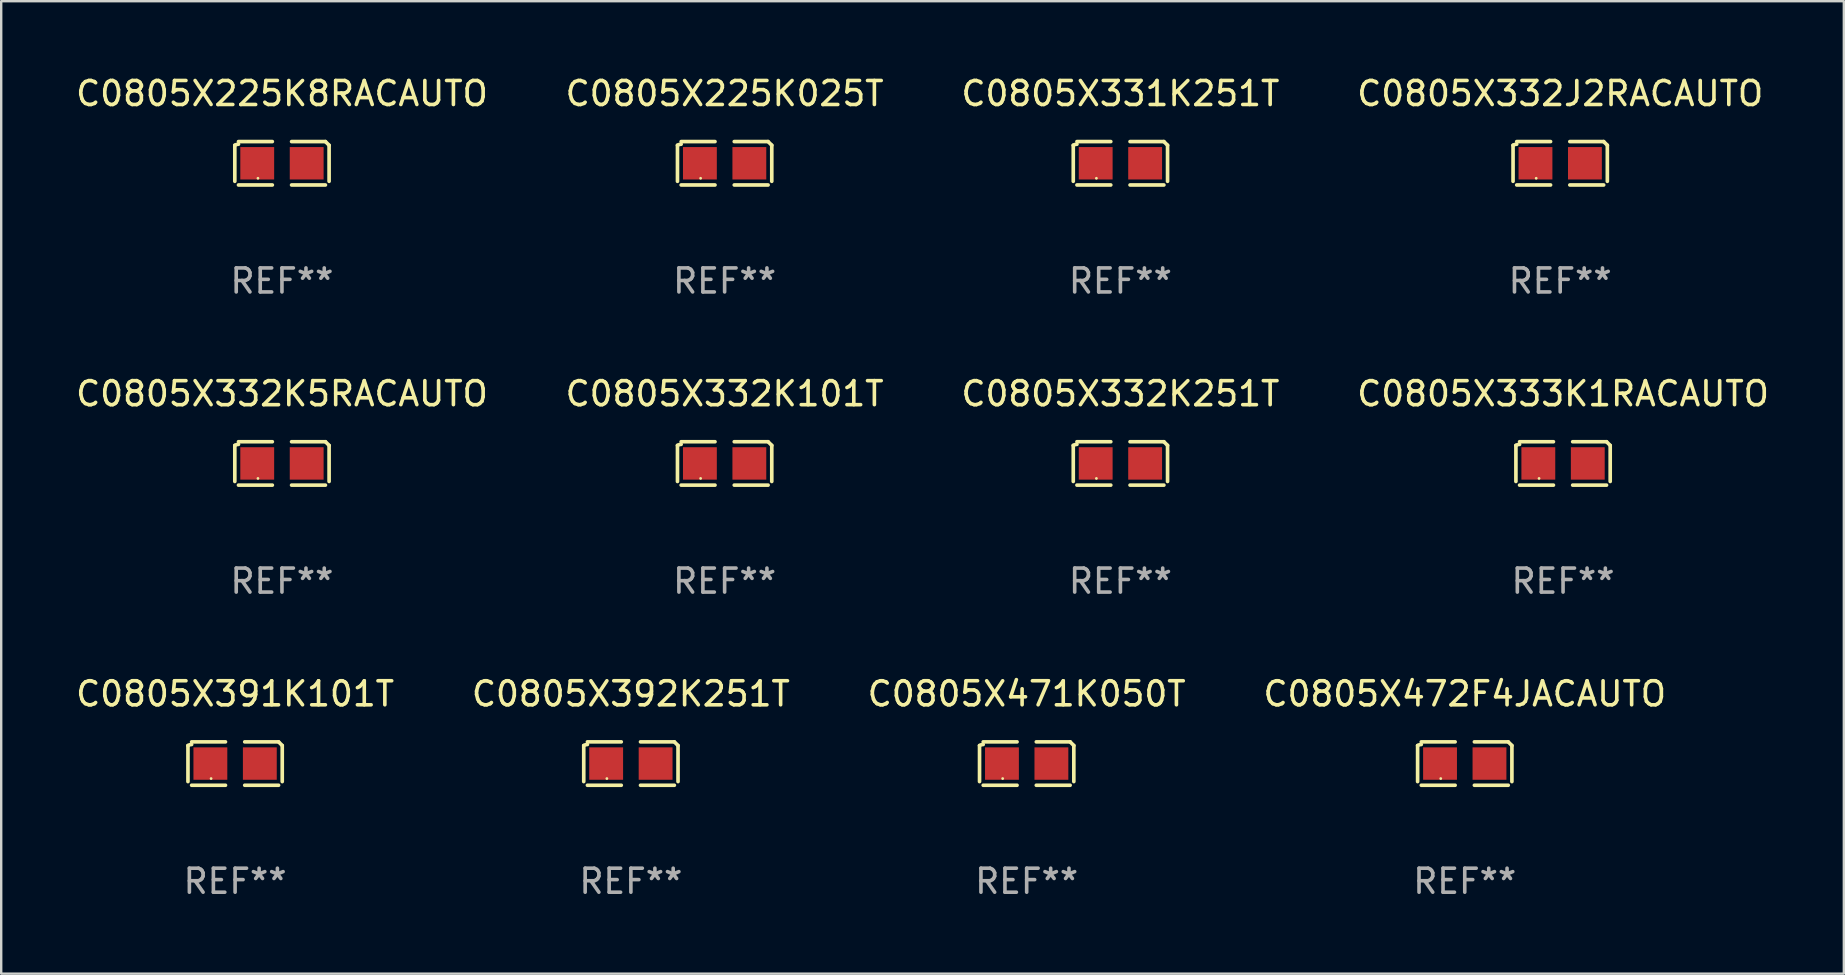
<source format=kicad_pcb>
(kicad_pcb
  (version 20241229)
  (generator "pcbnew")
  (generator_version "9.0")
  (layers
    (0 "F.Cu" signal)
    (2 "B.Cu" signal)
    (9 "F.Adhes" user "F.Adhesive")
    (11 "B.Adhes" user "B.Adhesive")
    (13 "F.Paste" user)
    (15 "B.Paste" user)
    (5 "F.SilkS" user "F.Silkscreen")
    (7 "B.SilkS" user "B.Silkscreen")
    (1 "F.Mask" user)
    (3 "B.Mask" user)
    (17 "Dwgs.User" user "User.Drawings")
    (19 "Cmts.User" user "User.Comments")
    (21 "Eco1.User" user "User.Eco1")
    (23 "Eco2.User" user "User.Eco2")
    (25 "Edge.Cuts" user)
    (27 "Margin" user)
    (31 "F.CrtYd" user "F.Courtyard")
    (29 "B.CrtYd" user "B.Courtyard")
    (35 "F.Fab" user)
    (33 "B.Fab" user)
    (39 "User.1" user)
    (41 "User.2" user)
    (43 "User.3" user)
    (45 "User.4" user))
  (footprint "C0805X392K251T"
    (layer "F.Cu")
    (at 23.232 28.759)
    (property "Reference" "C0805X392K251T" (at 0 -2.904 0) (layer "F.SilkS") (effects (font (size 1 1) (thickness 0.15))))
    (attr through_hole)
    (fp_line (start -1.964 0.751) (end -1.964 -0.751) (stroke (width 0.152) (type solid)) (layer "F.SilkS"))
    (fp_line (start -1.811 -0.904) (end -0.401 -0.904) (stroke (width 0.152) (type solid)) (layer "F.SilkS"))
    (fp_line (start -0.401 0.904) (end -1.811 0.904) (stroke (width 0.152) (type solid)) (layer "F.SilkS"))
    (fp_line (start 0.401 0.904) (end 1.811 0.904) (stroke (width 0.152) (type solid)) (layer "F.SilkS"))
    (fp_line (start 1.811 -0.904) (end 0.401 -0.904) (stroke (width 0.152) (type solid)) (layer "F.SilkS"))
    (fp_line (start 1.964 0.751) (end 1.964 -0.751) (stroke (width 0.152) (type solid)) (layer "F.SilkS"))
    (fp_arc (start -1.963602 -0.751207) (mid -1.890354 -0.783131) (end -1.811201 -0.794044) (stroke (width 0.1524) (type solid)) (layer "F.SilkS"))
    (fp_arc (start 1.811202 -0.903607) (mid 1.887413 -0.827418) (end 1.963602 -0.751207) (stroke (width 0.1524) (type solid)) (layer "F.SilkS"))
    (fp_circle (center -1 0.625) (end -0.97 0.625) (stroke (width 0.06) (type solid)) (fill no) (layer "F.SilkS"))
    (fp_text user "REF**" (at 0 4.904 0) (layer "F.Fab") (effects (font (size 1 1) (thickness 0.15))))
    (pad "1" smd rect (at -1.03 0) (size 1.41 1.35) (layers "F.Cu" "F.Mask" "F.Paste"))
    (pad "2" smd rect (at 1.03 0) (size 1.41 1.35) (layers "F.Cu" "F.Mask" "F.Paste")))
  (footprint "C0805X332K101T"
    (layer "F.Cu")
    (at 27.137 16.256)
    (property "Reference" "C0805X332K101T" (at 0 -2.904 0) (layer "F.SilkS") (effects (font (size 1 1) (thickness 0.15))))
    (attr through_hole)
    (fp_line (start -1.964 0.751) (end -1.964 -0.751) (stroke (width 0.152) (type solid)) (layer "F.SilkS"))
    (fp_line (start -1.811 -0.904) (end -0.401 -0.904) (stroke (width 0.152) (type solid)) (layer "F.SilkS"))
    (fp_line (start -0.401 0.904) (end -1.811 0.904) (stroke (width 0.152) (type solid)) (layer "F.SilkS"))
    (fp_line (start 0.401 0.904) (end 1.811 0.904) (stroke (width 0.152) (type solid)) (layer "F.SilkS"))
    (fp_line (start 1.811 -0.904) (end 0.401 -0.904) (stroke (width 0.152) (type solid)) (layer "F.SilkS"))
    (fp_line (start 1.964 0.751) (end 1.964 -0.751) (stroke (width 0.152) (type solid)) (layer "F.SilkS"))
    (fp_arc (start -1.963602 -0.751207) (mid -1.890354 -0.783131) (end -1.811201 -0.794044) (stroke (width 0.1524) (type solid)) (layer "F.SilkS"))
    (fp_arc (start 1.811202 -0.903607) (mid 1.887413 -0.827418) (end 1.963602 -0.751207) (stroke (width 0.1524) (type solid)) (layer "F.SilkS"))
    (fp_circle (center -1 0.625) (end -0.97 0.625) (stroke (width 0.06) (type solid)) (fill no) (layer "F.SilkS"))
    (fp_text user "REF**" (at 0 4.904 0) (layer "F.Fab") (effects (font (size 1 1) (thickness 0.15))))
    (pad "1" smd rect (at -1.03 0) (size 1.41 1.35) (layers "F.Cu" "F.Mask" "F.Paste"))
    (pad "2" smd rect (at 1.03 0) (size 1.41 1.35) (layers "F.Cu" "F.Mask" "F.Paste")))
  (footprint "C0805X391K101T"
    (layer "F.Cu")
    (at 6.744 28.759)
    (property "Reference" "C0805X391K101T" (at 0 -2.904 0) (layer "F.SilkS") (effects (font (size 1 1) (thickness 0.15))))
    (attr through_hole)
    (fp_line (start -1.964 0.751) (end -1.964 -0.751) (stroke (width 0.152) (type solid)) (layer "F.SilkS"))
    (fp_line (start -1.811 -0.904) (end -0.401 -0.904) (stroke (width 0.152) (type solid)) (layer "F.SilkS"))
    (fp_line (start -0.401 0.904) (end -1.811 0.904) (stroke (width 0.152) (type solid)) (layer "F.SilkS"))
    (fp_line (start 0.401 0.904) (end 1.811 0.904) (stroke (width 0.152) (type solid)) (layer "F.SilkS"))
    (fp_line (start 1.811 -0.904) (end 0.401 -0.904) (stroke (width 0.152) (type solid)) (layer "F.SilkS"))
    (fp_line (start 1.964 0.751) (end 1.964 -0.751) (stroke (width 0.152) (type solid)) (layer "F.SilkS"))
    (fp_arc (start -1.963602 -0.751207) (mid -1.890354 -0.783131) (end -1.811201 -0.794044) (stroke (width 0.1524) (type solid)) (layer "F.SilkS"))
    (fp_arc (start 1.811202 -0.903607) (mid 1.887413 -0.827418) (end 1.963602 -0.751207) (stroke (width 0.1524) (type solid)) (layer "F.SilkS"))
    (fp_circle (center -1 0.625) (end -0.97 0.625) (stroke (width 0.06) (type solid)) (fill no) (layer "F.SilkS"))
    (fp_text user "REF**" (at 0 4.904 0) (layer "F.Fab") (effects (font (size 1 1) (thickness 0.15))))
    (pad "1" smd rect (at -1.03 0) (size 1.41 1.35) (layers "F.Cu" "F.Mask" "F.Paste"))
    (pad "2" smd rect (at 1.03 0) (size 1.41 1.35) (layers "F.Cu" "F.Mask" "F.Paste")))
  (footprint "C0805X225K025T"
    (layer "F.Cu")
    (at 27.137 3.752)
    (property "Reference" "C0805X225K025T" (at 0 -2.904 0) (layer "F.SilkS") (effects (font (size 1 1) (thickness 0.15))))
    (attr through_hole)
    (fp_line (start -1.964 0.751) (end -1.964 -0.751) (stroke (width 0.152) (type solid)) (layer "F.SilkS"))
    (fp_line (start -1.811 -0.904) (end -0.401 -0.904) (stroke (width 0.152) (type solid)) (layer "F.SilkS"))
    (fp_line (start -0.401 0.904) (end -1.811 0.904) (stroke (width 0.152) (type solid)) (layer "F.SilkS"))
    (fp_line (start 0.401 0.904) (end 1.811 0.904) (stroke (width 0.152) (type solid)) (layer "F.SilkS"))
    (fp_line (start 1.811 -0.904) (end 0.401 -0.904) (stroke (width 0.152) (type solid)) (layer "F.SilkS"))
    (fp_line (start 1.964 0.751) (end 1.964 -0.751) (stroke (width 0.152) (type solid)) (layer "F.SilkS"))
    (fp_arc (start -1.963602 -0.751207) (mid -1.890354 -0.783131) (end -1.811201 -0.794044) (stroke (width 0.1524) (type solid)) (layer "F.SilkS"))
    (fp_arc (start 1.811202 -0.903607) (mid 1.887413 -0.827418) (end 1.963602 -0.751207) (stroke (width 0.1524) (type solid)) (layer "F.SilkS"))
    (fp_circle (center -1 0.625) (end -0.97 0.625) (stroke (width 0.06) (type solid)) (fill no) (layer "F.SilkS"))
    (fp_text user "REF**" (at 0 4.904 0) (layer "F.Fab") (effects (font (size 1 1) (thickness 0.15))))
    (pad "1" smd rect (at -1.03 0) (size 1.41 1.35) (layers "F.Cu" "F.Mask" "F.Paste"))
    (pad "2" smd rect (at 1.03 0) (size 1.41 1.35) (layers "F.Cu" "F.Mask" "F.Paste")))
  (footprint "C0805X225K8RACAUTO"
    (layer "F.Cu")
    (at 8.696 3.752)
    (property "Reference" "C0805X225K8RACAUTO" (at 0 -2.904 0) (layer "F.SilkS") (effects (font (size 1 1) (thickness 0.15))))
    (attr through_hole)
    (fp_line (start -1.964 0.751) (end -1.964 -0.751) (stroke (width 0.152) (type solid)) (layer "F.SilkS"))
    (fp_line (start -1.811 -0.904) (end -0.401 -0.904) (stroke (width 0.152) (type solid)) (layer "F.SilkS"))
    (fp_line (start -0.401 0.904) (end -1.811 0.904) (stroke (width 0.152) (type solid)) (layer "F.SilkS"))
    (fp_line (start 0.401 0.904) (end 1.811 0.904) (stroke (width 0.152) (type solid)) (layer "F.SilkS"))
    (fp_line (start 1.811 -0.904) (end 0.401 -0.904) (stroke (width 0.152) (type solid)) (layer "F.SilkS"))
    (fp_line (start 1.964 0.751) (end 1.964 -0.751) (stroke (width 0.152) (type solid)) (layer "F.SilkS"))
    (fp_arc (start -1.963602 -0.751207) (mid -1.890354 -0.783131) (end -1.811201 -0.794044) (stroke (width 0.1524) (type solid)) (layer "F.SilkS"))
    (fp_arc (start 1.811202 -0.903607) (mid 1.887413 -0.827418) (end 1.963602 -0.751207) (stroke (width 0.1524) (type solid)) (layer "F.SilkS"))
    (fp_circle (center -1 0.625) (end -0.97 0.625) (stroke (width 0.06) (type solid)) (fill no) (layer "F.SilkS"))
    (fp_text user "REF**" (at 0 4.904 0) (layer "F.Fab") (effects (font (size 1 1) (thickness 0.15))))
    (pad "1" smd rect (at -1.03 0) (size 1.41 1.35) (layers "F.Cu" "F.Mask" "F.Paste"))
    (pad "2" smd rect (at 1.03 0) (size 1.41 1.35) (layers "F.Cu" "F.Mask" "F.Paste")))
  (footprint "C0805X333K1RACAUTO"
    (layer "F.Cu")
    (at 62.065 16.256)
    (property "Reference" "C0805X333K1RACAUTO" (at 0 -2.904 0) (layer "F.SilkS") (effects (font (size 1 1) (thickness 0.15))))
    (attr through_hole)
    (fp_line (start -1.964 0.751) (end -1.964 -0.751) (stroke (width 0.152) (type solid)) (layer "F.SilkS"))
    (fp_line (start -1.811 -0.904) (end -0.401 -0.904) (stroke (width 0.152) (type solid)) (layer "F.SilkS"))
    (fp_line (start -0.401 0.904) (end -1.811 0.904) (stroke (width 0.152) (type solid)) (layer "F.SilkS"))
    (fp_line (start 0.401 0.904) (end 1.811 0.904) (stroke (width 0.152) (type solid)) (layer "F.SilkS"))
    (fp_line (start 1.811 -0.904) (end 0.401 -0.904) (stroke (width 0.152) (type solid)) (layer "F.SilkS"))
    (fp_line (start 1.964 0.751) (end 1.964 -0.751) (stroke (width 0.152) (type solid)) (layer "F.SilkS"))
    (fp_arc (start -1.963602 -0.751207) (mid -1.890354 -0.783131) (end -1.811201 -0.794044) (stroke (width 0.1524) (type solid)) (layer "F.SilkS"))
    (fp_arc (start 1.811202 -0.903607) (mid 1.887413 -0.827418) (end 1.963602 -0.751207) (stroke (width 0.1524) (type solid)) (layer "F.SilkS"))
    (fp_circle (center -1 0.625) (end -0.97 0.625) (stroke (width 0.06) (type solid)) (fill no) (layer "F.SilkS"))
    (fp_text user "REF**" (at 0 4.904 0) (layer "F.Fab") (effects (font (size 1 1) (thickness 0.15))))
    (pad "1" smd rect (at -1.03 0) (size 1.41 1.35) (layers "F.Cu" "F.Mask" "F.Paste"))
    (pad "2" smd rect (at 1.03 0) (size 1.41 1.35) (layers "F.Cu" "F.Mask" "F.Paste")))
  (footprint "C0805X332J2RACAUTO"
    (layer "F.Cu")
    (at 61.946 3.752)
    (property "Reference" "C0805X332J2RACAUTO" (at 0 -2.904 0) (layer "F.SilkS") (effects (font (size 1 1) (thickness 0.15))))
    (attr through_hole)
    (fp_line (start -1.964 0.751) (end -1.964 -0.751) (stroke (width 0.152) (type solid)) (layer "F.SilkS"))
    (fp_line (start -1.811 -0.904) (end -0.401 -0.904) (stroke (width 0.152) (type solid)) (layer "F.SilkS"))
    (fp_line (start -0.401 0.904) (end -1.811 0.904) (stroke (width 0.152) (type solid)) (layer "F.SilkS"))
    (fp_line (start 0.401 0.904) (end 1.811 0.904) (stroke (width 0.152) (type solid)) (layer "F.SilkS"))
    (fp_line (start 1.811 -0.904) (end 0.401 -0.904) (stroke (width 0.152) (type solid)) (layer "F.SilkS"))
    (fp_line (start 1.964 0.751) (end 1.964 -0.751) (stroke (width 0.152) (type solid)) (layer "F.SilkS"))
    (fp_arc (start -1.963602 -0.751207) (mid -1.890354 -0.783131) (end -1.811201 -0.794044) (stroke (width 0.1524) (type solid)) (layer "F.SilkS"))
    (fp_arc (start 1.811202 -0.903607) (mid 1.887413 -0.827418) (end 1.963602 -0.751207) (stroke (width 0.1524) (type solid)) (layer "F.SilkS"))
    (fp_circle (center -1 0.625) (end -0.97 0.625) (stroke (width 0.06) (type solid)) (fill no) (layer "F.SilkS"))
    (fp_text user "REF**" (at 0 4.904 0) (layer "F.Fab") (effects (font (size 1 1) (thickness 0.15))))
    (pad "1" smd rect (at -1.03 0) (size 1.41 1.35) (layers "F.Cu" "F.Mask" "F.Paste"))
    (pad "2" smd rect (at 1.03 0) (size 1.41 1.35) (layers "F.Cu" "F.Mask" "F.Paste")))
  (footprint "C0805X472F4JACAUTO"
    (layer "F.Cu")
    (at 57.97 28.759)
    (property "Reference" "C0805X472F4JACAUTO" (at 0 -2.904 0) (layer "F.SilkS") (effects (font (size 1 1) (thickness 0.15))))
    (attr through_hole)
    (fp_line (start -1.964 0.751) (end -1.964 -0.751) (stroke (width 0.152) (type solid)) (layer "F.SilkS"))
    (fp_line (start -1.811 -0.904) (end -0.401 -0.904) (stroke (width 0.152) (type solid)) (layer "F.SilkS"))
    (fp_line (start -0.401 0.904) (end -1.811 0.904) (stroke (width 0.152) (type solid)) (layer "F.SilkS"))
    (fp_line (start 0.401 0.904) (end 1.811 0.904) (stroke (width 0.152) (type solid)) (layer "F.SilkS"))
    (fp_line (start 1.811 -0.904) (end 0.401 -0.904) (stroke (width 0.152) (type solid)) (layer "F.SilkS"))
    (fp_line (start 1.964 0.751) (end 1.964 -0.751) (stroke (width 0.152) (type solid)) (layer "F.SilkS"))
    (fp_arc (start -1.963602 -0.751207) (mid -1.890354 -0.783131) (end -1.811201 -0.794044) (stroke (width 0.1524) (type solid)) (layer "F.SilkS"))
    (fp_arc (start 1.811202 -0.903607) (mid 1.887413 -0.827418) (end 1.963602 -0.751207) (stroke (width 0.1524) (type solid)) (layer "F.SilkS"))
    (fp_circle (center -1 0.625) (end -0.97 0.625) (stroke (width 0.06) (type solid)) (fill no) (layer "F.SilkS"))
    (fp_text user "REF**" (at 0 4.904 0) (layer "F.Fab") (effects (font (size 1 1) (thickness 0.15))))
    (pad "1" smd rect (at -1.03 0) (size 1.41 1.35) (layers "F.Cu" "F.Mask" "F.Paste"))
    (pad "2" smd rect (at 1.03 0) (size 1.41 1.35) (layers "F.Cu" "F.Mask" "F.Paste")))
  (footprint "C0805X332K251T"
    (layer "F.Cu")
    (at 43.625 16.256)
    (property "Reference" "C0805X332K251T" (at 0 -2.904 0) (layer "F.SilkS") (effects (font (size 1 1) (thickness 0.15))))
    (attr through_hole)
    (fp_line (start -1.964 0.751) (end -1.964 -0.751) (stroke (width 0.152) (type solid)) (layer "F.SilkS"))
    (fp_line (start -1.811 -0.904) (end -0.401 -0.904) (stroke (width 0.152) (type solid)) (layer "F.SilkS"))
    (fp_line (start -0.401 0.904) (end -1.811 0.904) (stroke (width 0.152) (type solid)) (layer "F.SilkS"))
    (fp_line (start 0.401 0.904) (end 1.811 0.904) (stroke (width 0.152) (type solid)) (layer "F.SilkS"))
    (fp_line (start 1.811 -0.904) (end 0.401 -0.904) (stroke (width 0.152) (type solid)) (layer "F.SilkS"))
    (fp_line (start 1.964 0.751) (end 1.964 -0.751) (stroke (width 0.152) (type solid)) (layer "F.SilkS"))
    (fp_arc (start -1.963602 -0.751207) (mid -1.890354 -0.783131) (end -1.811201 -0.794044) (stroke (width 0.1524) (type solid)) (layer "F.SilkS"))
    (fp_arc (start 1.811202 -0.903607) (mid 1.887413 -0.827418) (end 1.963602 -0.751207) (stroke (width 0.1524) (type solid)) (layer "F.SilkS"))
    (fp_circle (center -1 0.625) (end -0.97 0.625) (stroke (width 0.06) (type solid)) (fill no) (layer "F.SilkS"))
    (fp_text user "REF**" (at 0 4.904 0) (layer "F.Fab") (effects (font (size 1 1) (thickness 0.15))))
    (pad "1" smd rect (at -1.03 0) (size 1.41 1.35) (layers "F.Cu" "F.Mask" "F.Paste"))
    (pad "2" smd rect (at 1.03 0) (size 1.41 1.35) (layers "F.Cu" "F.Mask" "F.Paste")))
  (footprint "C0805X471K050T"
    (layer "F.Cu")
    (at 39.72 28.759)
    (property "Reference" "C0805X471K050T" (at 0 -2.904 0) (layer "F.SilkS") (effects (font (size 1 1) (thickness 0.15))))
    (attr through_hole)
    (fp_line (start -1.964 0.751) (end -1.964 -0.751) (stroke (width 0.152) (type solid)) (layer "F.SilkS"))
    (fp_line (start -1.811 -0.904) (end -0.401 -0.904) (stroke (width 0.152) (type solid)) (layer "F.SilkS"))
    (fp_line (start -0.401 0.904) (end -1.811 0.904) (stroke (width 0.152) (type solid)) (layer "F.SilkS"))
    (fp_line (start 0.401 0.904) (end 1.811 0.904) (stroke (width 0.152) (type solid)) (layer "F.SilkS"))
    (fp_line (start 1.811 -0.904) (end 0.401 -0.904) (stroke (width 0.152) (type solid)) (layer "F.SilkS"))
    (fp_line (start 1.964 0.751) (end 1.964 -0.751) (stroke (width 0.152) (type solid)) (layer "F.SilkS"))
    (fp_arc (start -1.963602 -0.751207) (mid -1.890354 -0.783131) (end -1.811201 -0.794044) (stroke (width 0.1524) (type solid)) (layer "F.SilkS"))
    (fp_arc (start 1.811202 -0.903607) (mid 1.887413 -0.827418) (end 1.963602 -0.751207) (stroke (width 0.1524) (type solid)) (layer "F.SilkS"))
    (fp_circle (center -1 0.625) (end -0.97 0.625) (stroke (width 0.06) (type solid)) (fill no) (layer "F.SilkS"))
    (fp_text user "REF**" (at 0 4.904 0) (layer "F.Fab") (effects (font (size 1 1) (thickness 0.15))))
    (pad "1" smd rect (at -1.03 0) (size 1.41 1.35) (layers "F.Cu" "F.Mask" "F.Paste"))
    (pad "2" smd rect (at 1.03 0) (size 1.41 1.35) (layers "F.Cu" "F.Mask" "F.Paste")))
  (footprint "C0805X332K5RACAUTO"
    (layer "F.Cu")
    (at 8.696 16.256)
    (property "Reference" "C0805X332K5RACAUTO" (at 0 -2.904 0) (layer "F.SilkS") (effects (font (size 1 1) (thickness 0.15))))
    (attr through_hole)
    (fp_line (start -1.964 0.751) (end -1.964 -0.751) (stroke (width 0.152) (type solid)) (layer "F.SilkS"))
    (fp_line (start -1.811 -0.904) (end -0.401 -0.904) (stroke (width 0.152) (type solid)) (layer "F.SilkS"))
    (fp_line (start -0.401 0.904) (end -1.811 0.904) (stroke (width 0.152) (type solid)) (layer "F.SilkS"))
    (fp_line (start 0.401 0.904) (end 1.811 0.904) (stroke (width 0.152) (type solid)) (layer "F.SilkS"))
    (fp_line (start 1.811 -0.904) (end 0.401 -0.904) (stroke (width 0.152) (type solid)) (layer "F.SilkS"))
    (fp_line (start 1.964 0.751) (end 1.964 -0.751) (stroke (width 0.152) (type solid)) (layer "F.SilkS"))
    (fp_arc (start -1.963602 -0.751207) (mid -1.890354 -0.783131) (end -1.811201 -0.794044) (stroke (width 0.1524) (type solid)) (layer "F.SilkS"))
    (fp_arc (start 1.811202 -0.903607) (mid 1.887413 -0.827418) (end 1.963602 -0.751207) (stroke (width 0.1524) (type solid)) (layer "F.SilkS"))
    (fp_circle (center -1 0.625) (end -0.97 0.625) (stroke (width 0.06) (type solid)) (fill no) (layer "F.SilkS"))
    (fp_text user "REF**" (at 0 4.904 0) (layer "F.Fab") (effects (font (size 1 1) (thickness 0.15))))
    (pad "1" smd rect (at -1.03 0) (size 1.41 1.35) (layers "F.Cu" "F.Mask" "F.Paste"))
    (pad "2" smd rect (at 1.03 0) (size 1.41 1.35) (layers "F.Cu" "F.Mask" "F.Paste")))
  (footprint "C0805X331K251T"
    (layer "F.Cu")
    (at 43.625 3.752)
    (property "Reference" "C0805X331K251T" (at 0 -2.904 0) (layer "F.SilkS") (effects (font (size 1 1) (thickness 0.15))))
    (attr through_hole)
    (fp_line (start -1.964 0.751) (end -1.964 -0.751) (stroke (width 0.152) (type solid)) (layer "F.SilkS"))
    (fp_line (start -1.811 -0.904) (end -0.401 -0.904) (stroke (width 0.152) (type solid)) (layer "F.SilkS"))
    (fp_line (start -0.401 0.904) (end -1.811 0.904) (stroke (width 0.152) (type solid)) (layer "F.SilkS"))
    (fp_line (start 0.401 0.904) (end 1.811 0.904) (stroke (width 0.152) (type solid)) (layer "F.SilkS"))
    (fp_line (start 1.811 -0.904) (end 0.401 -0.904) (stroke (width 0.152) (type solid)) (layer "F.SilkS"))
    (fp_line (start 1.964 0.751) (end 1.964 -0.751) (stroke (width 0.152) (type solid)) (layer "F.SilkS"))
    (fp_arc (start -1.963602 -0.751207) (mid -1.890354 -0.783131) (end -1.811201 -0.794044) (stroke (width 0.1524) (type solid)) (layer "F.SilkS"))
    (fp_arc (start 1.811202 -0.903607) (mid 1.887413 -0.827418) (end 1.963602 -0.751207) (stroke (width 0.1524) (type solid)) (layer "F.SilkS"))
    (fp_circle (center -1 0.625) (end -0.97 0.625) (stroke (width 0.06) (type solid)) (fill no) (layer "F.SilkS"))
    (fp_text user "REF**" (at 0 4.904 0) (layer "F.Fab") (effects (font (size 1 1) (thickness 0.15))))
    (pad "1" smd rect (at -1.03 0) (size 1.41 1.35) (layers "F.Cu" "F.Mask" "F.Paste"))
    (pad "2" smd rect (at 1.03 0) (size 1.41 1.35) (layers "F.Cu" "F.Mask" "F.Paste")))
  (gr_rect
    (start -3 -3)
    (end 73.762 37.511)
    (stroke (width 0.1) (type default))
    (fill no)
    (layer "Edge.Cuts")))
</source>
